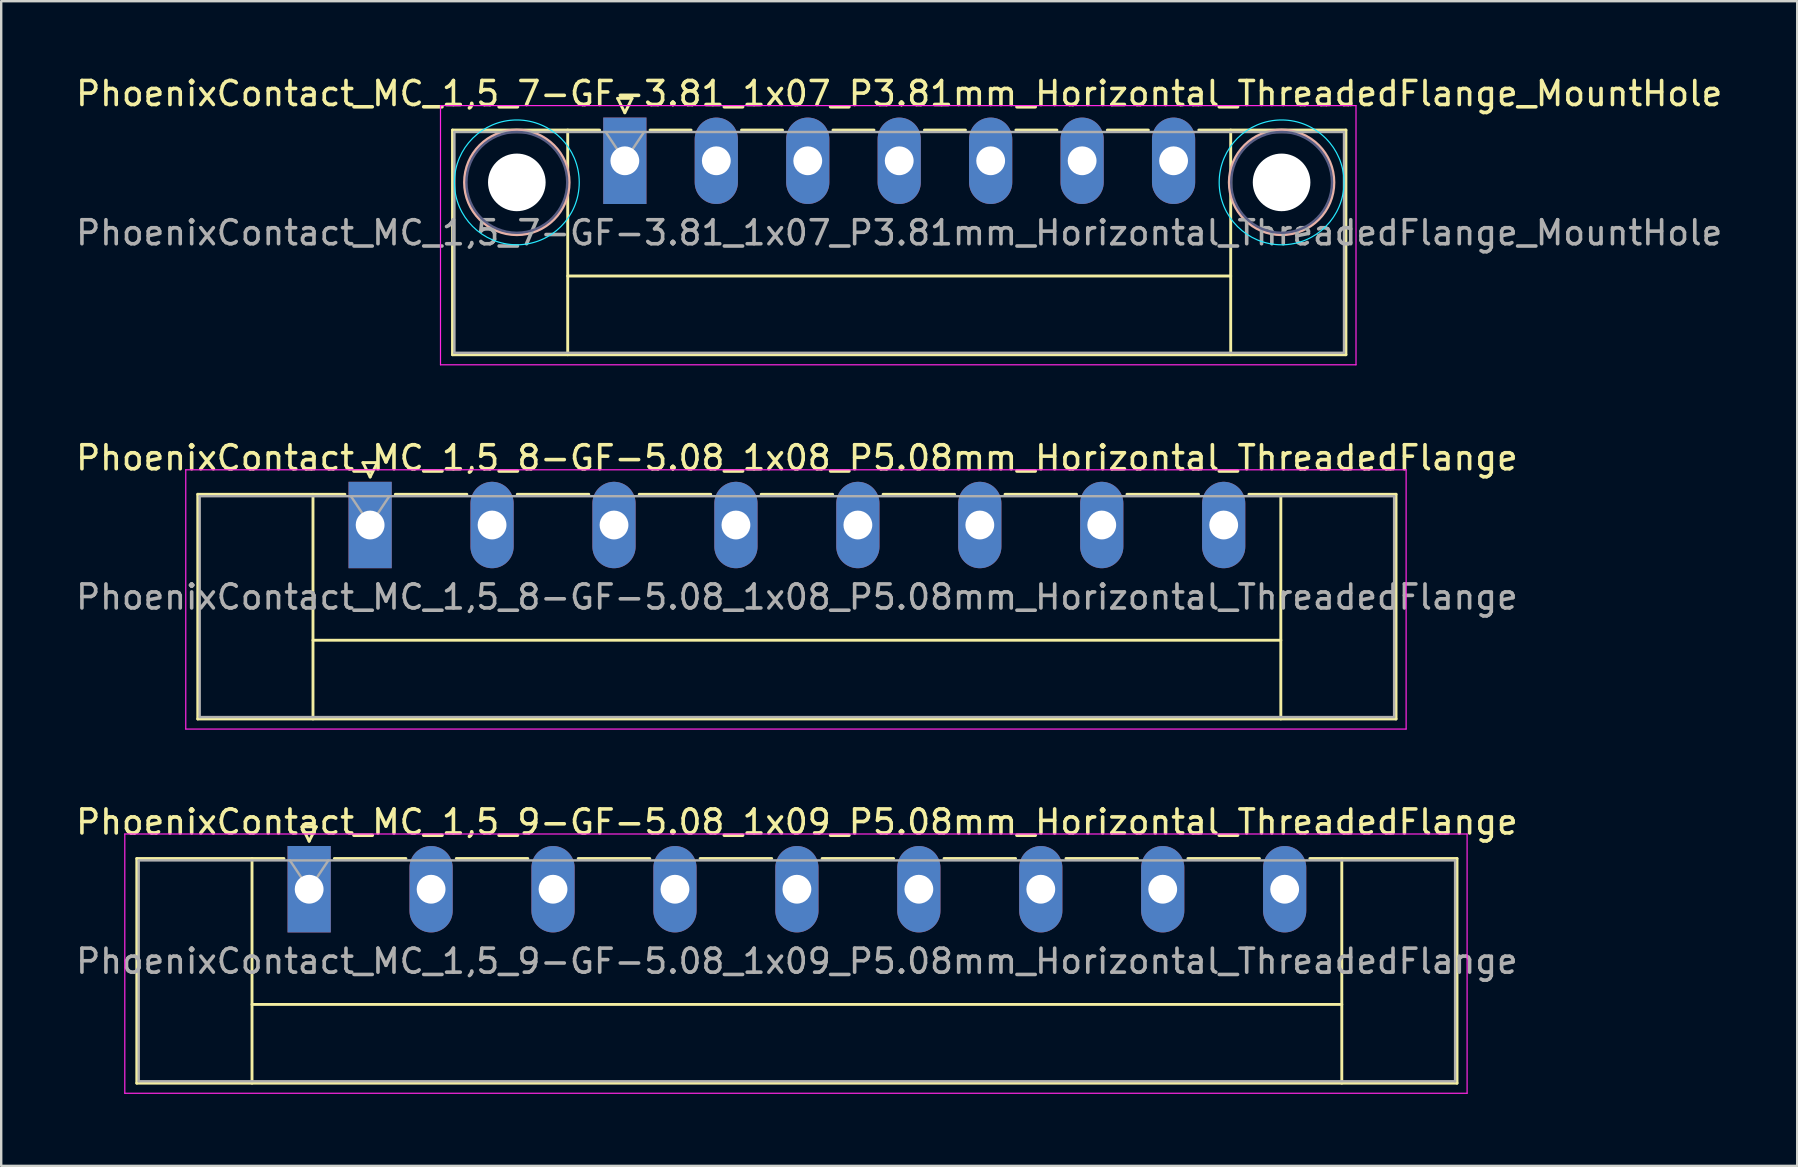
<source format=kicad_pcb>
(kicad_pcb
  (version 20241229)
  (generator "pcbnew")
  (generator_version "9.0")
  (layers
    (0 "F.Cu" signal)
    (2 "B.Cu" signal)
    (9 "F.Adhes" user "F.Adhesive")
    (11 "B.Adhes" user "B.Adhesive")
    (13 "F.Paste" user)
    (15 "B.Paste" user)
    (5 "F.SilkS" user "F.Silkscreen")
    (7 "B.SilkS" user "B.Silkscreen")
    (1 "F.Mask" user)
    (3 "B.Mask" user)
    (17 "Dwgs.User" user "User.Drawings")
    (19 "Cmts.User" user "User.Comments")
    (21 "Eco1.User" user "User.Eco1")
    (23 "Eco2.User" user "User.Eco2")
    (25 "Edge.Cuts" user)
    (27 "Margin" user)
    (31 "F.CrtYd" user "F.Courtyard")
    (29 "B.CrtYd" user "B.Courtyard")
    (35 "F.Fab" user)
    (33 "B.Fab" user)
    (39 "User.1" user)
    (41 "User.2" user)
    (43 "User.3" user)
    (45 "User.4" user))
  (footprint "PhoenixContact_MC_1,5_9-GF-5.08_1x09_P5.08mm_Horizontal_ThreadedFlange"
    (layer "F.Cu")
    (at 9.829 33.995)
    (property "Reference" "PhoenixContact_MC_1,5_9-GF-5.08_1x09_P5.08mm_Horizontal_ThreadedFlange" (at 20.32 -2.8 0) (layer "F.SilkS") (effects (font (size 1 1) (thickness 0.15))))
    (attr through_hole)
    (fp_line (start -7.18 -1.28) (end -7.18 8.08) (stroke (width 0.12) (type solid)) (layer "F.SilkS"))
    (fp_line (start -7.18 -1.28) (end -1.05 -1.28) (stroke (width 0.12) (type solid)) (layer "F.SilkS"))
    (fp_line (start -7.18 8.08) (end 47.82 8.08) (stroke (width 0.12) (type solid)) (layer "F.SilkS"))
    (fp_line (start -2.38 -1.28) (end -2.38 8.08) (stroke (width 0.12) (type solid)) (layer "F.SilkS"))
    (fp_line (start -2.38 4.8) (end 43.02 4.8) (stroke (width 0.12) (type solid)) (layer "F.SilkS"))
    (fp_line (start -0.3 -2.6) (end 0.3 -2.6) (stroke (width 0.12) (type solid)) (layer "F.SilkS"))
    (fp_line (start 0 -2) (end -0.3 -2.6) (stroke (width 0.12) (type solid)) (layer "F.SilkS"))
    (fp_line (start 0.3 -2.6) (end 0 -2) (stroke (width 0.12) (type solid)) (layer "F.SilkS"))
    (fp_line (start 1.05 -1.28) (end 4.03 -1.28) (stroke (width 0.12) (type solid)) (layer "F.SilkS"))
    (fp_line (start 6.13 -1.28) (end 9.11 -1.28) (stroke (width 0.12) (type solid)) (layer "F.SilkS"))
    (fp_line (start 11.21 -1.28) (end 14.19 -1.28) (stroke (width 0.12) (type solid)) (layer "F.SilkS"))
    (fp_line (start 16.29 -1.28) (end 19.27 -1.28) (stroke (width 0.12) (type solid)) (layer "F.SilkS"))
    (fp_line (start 21.37 -1.28) (end 24.35 -1.28) (stroke (width 0.12) (type solid)) (layer "F.SilkS"))
    (fp_line (start 26.45 -1.28) (end 29.43 -1.28) (stroke (width 0.12) (type solid)) (layer "F.SilkS"))
    (fp_line (start 31.53 -1.28) (end 34.51 -1.28) (stroke (width 0.12) (type solid)) (layer "F.SilkS"))
    (fp_line (start 36.61 -1.28) (end 39.59 -1.28) (stroke (width 0.12) (type solid)) (layer "F.SilkS"))
    (fp_line (start 43.02 -1.28) (end 43.02 8.08) (stroke (width 0.12) (type solid)) (layer "F.SilkS"))
    (fp_line (start 47.82 -1.28) (end 41.69 -1.28) (stroke (width 0.12) (type solid)) (layer "F.SilkS"))
    (fp_line (start 47.82 8.08) (end 47.82 -1.28) (stroke (width 0.12) (type solid)) (layer "F.SilkS"))
    (fp_line (start -7.68 -2.3) (end -7.68 8.5) (stroke (width 0.05) (type solid)) (layer "F.CrtYd"))
    (fp_line (start -7.68 8.5) (end 48.24 8.5) (stroke (width 0.05) (type solid)) (layer "F.CrtYd"))
    (fp_line (start 48.24 -2.3) (end -7.68 -2.3) (stroke (width 0.05) (type solid)) (layer "F.CrtYd"))
    (fp_line (start 48.24 8.5) (end 48.24 -2.3) (stroke (width 0.05) (type solid)) (layer "F.CrtYd"))
    (fp_line (start -7.1 -1.2) (end -7.1 8) (stroke (width 0.1) (type solid)) (layer "F.Fab"))
    (fp_line (start -7.1 8) (end 47.74 8) (stroke (width 0.1) (type solid)) (layer "F.Fab"))
    (fp_line (start 0 0) (end -0.8 -1.2) (stroke (width 0.1) (type solid)) (layer "F.Fab"))
    (fp_line (start 0.8 -1.2) (end 0 0) (stroke (width 0.1) (type solid)) (layer "F.Fab"))
    (fp_line (start 47.74 -1.2) (end -7.1 -1.2) (stroke (width 0.1) (type solid)) (layer "F.Fab"))
    (fp_line (start 47.74 8) (end 47.74 -1.2) (stroke (width 0.1) (type solid)) (layer "F.Fab"))
    (fp_text user "${REFERENCE}" (at 20.32 3 0) (layer "F.Fab") (effects (font (size 1 1) (thickness 0.15))))
    (pad "1" thru_hole rect (at 0 0) (size 1.8 3.6) (drill 1.2) (layers "*.Cu" "*.Mask"))
    (pad "2" thru_hole oval (at 5.08 0) (size 1.8 3.6) (drill 1.2) (layers "*.Cu" "*.Mask"))
    (pad "3" thru_hole oval (at 10.16 0) (size 1.8 3.6) (drill 1.2) (layers "*.Cu" "*.Mask"))
    (pad "4" thru_hole oval (at 15.24 0) (size 1.8 3.6) (drill 1.2) (layers "*.Cu" "*.Mask"))
    (pad "5" thru_hole oval (at 20.32 0) (size 1.8 3.6) (drill 1.2) (layers "*.Cu" "*.Mask"))
    (pad "6" thru_hole oval (at 25.4 0) (size 1.8 3.6) (drill 1.2) (layers "*.Cu" "*.Mask"))
    (pad "7" thru_hole oval (at 30.48 0) (size 1.8 3.6) (drill 1.2) (layers "*.Cu" "*.Mask"))
    (pad "8" thru_hole oval (at 35.56 0) (size 1.8 3.6) (drill 1.2) (layers "*.Cu" "*.Mask"))
    (pad "9" thru_hole oval (at 40.64 0) (size 1.8 3.6) (drill 1.2) (layers "*.Cu" "*.Mask")))
  (footprint "PhoenixContact_MC_1,5_8-GF-5.08_1x08_P5.08mm_Horizontal_ThreadedFlange"
    (layer "F.Cu")
    (at 12.369 18.822)
    (property "Reference" "PhoenixContact_MC_1,5_8-GF-5.08_1x08_P5.08mm_Horizontal_ThreadedFlange" (at 17.78 -2.8 0) (layer "F.SilkS") (effects (font (size 1 1) (thickness 0.15))))
    (attr through_hole)
    (fp_line (start -7.18 -1.28) (end -7.18 8.08) (stroke (width 0.12) (type solid)) (layer "F.SilkS"))
    (fp_line (start -7.18 -1.28) (end -1.05 -1.28) (stroke (width 0.12) (type solid)) (layer "F.SilkS"))
    (fp_line (start -7.18 8.08) (end 42.74 8.08) (stroke (width 0.12) (type solid)) (layer "F.SilkS"))
    (fp_line (start -2.38 -1.28) (end -2.38 8.08) (stroke (width 0.12) (type solid)) (layer "F.SilkS"))
    (fp_line (start -2.38 4.8) (end 37.94 4.8) (stroke (width 0.12) (type solid)) (layer "F.SilkS"))
    (fp_line (start -0.3 -2.6) (end 0.3 -2.6) (stroke (width 0.12) (type solid)) (layer "F.SilkS"))
    (fp_line (start 0 -2) (end -0.3 -2.6) (stroke (width 0.12) (type solid)) (layer "F.SilkS"))
    (fp_line (start 0.3 -2.6) (end 0 -2) (stroke (width 0.12) (type solid)) (layer "F.SilkS"))
    (fp_line (start 1.05 -1.28) (end 4.03 -1.28) (stroke (width 0.12) (type solid)) (layer "F.SilkS"))
    (fp_line (start 6.13 -1.28) (end 9.11 -1.28) (stroke (width 0.12) (type solid)) (layer "F.SilkS"))
    (fp_line (start 11.21 -1.28) (end 14.19 -1.28) (stroke (width 0.12) (type solid)) (layer "F.SilkS"))
    (fp_line (start 16.29 -1.28) (end 19.27 -1.28) (stroke (width 0.12) (type solid)) (layer "F.SilkS"))
    (fp_line (start 21.37 -1.28) (end 24.35 -1.28) (stroke (width 0.12) (type solid)) (layer "F.SilkS"))
    (fp_line (start 26.45 -1.28) (end 29.43 -1.28) (stroke (width 0.12) (type solid)) (layer "F.SilkS"))
    (fp_line (start 31.53 -1.28) (end 34.51 -1.28) (stroke (width 0.12) (type solid)) (layer "F.SilkS"))
    (fp_line (start 37.94 -1.28) (end 37.94 8.08) (stroke (width 0.12) (type solid)) (layer "F.SilkS"))
    (fp_line (start 42.74 -1.28) (end 36.61 -1.28) (stroke (width 0.12) (type solid)) (layer "F.SilkS"))
    (fp_line (start 42.74 8.08) (end 42.74 -1.28) (stroke (width 0.12) (type solid)) (layer "F.SilkS"))
    (fp_line (start -7.68 -2.3) (end -7.68 8.5) (stroke (width 0.05) (type solid)) (layer "F.CrtYd"))
    (fp_line (start -7.68 8.5) (end 43.16 8.5) (stroke (width 0.05) (type solid)) (layer "F.CrtYd"))
    (fp_line (start 43.16 -2.3) (end -7.68 -2.3) (stroke (width 0.05) (type solid)) (layer "F.CrtYd"))
    (fp_line (start 43.16 8.5) (end 43.16 -2.3) (stroke (width 0.05) (type solid)) (layer "F.CrtYd"))
    (fp_line (start -7.1 -1.2) (end -7.1 8) (stroke (width 0.1) (type solid)) (layer "F.Fab"))
    (fp_line (start -7.1 8) (end 42.66 8) (stroke (width 0.1) (type solid)) (layer "F.Fab"))
    (fp_line (start 0 0) (end -0.8 -1.2) (stroke (width 0.1) (type solid)) (layer "F.Fab"))
    (fp_line (start 0.8 -1.2) (end 0 0) (stroke (width 0.1) (type solid)) (layer "F.Fab"))
    (fp_line (start 42.66 -1.2) (end -7.1 -1.2) (stroke (width 0.1) (type solid)) (layer "F.Fab"))
    (fp_line (start 42.66 8) (end 42.66 -1.2) (stroke (width 0.1) (type solid)) (layer "F.Fab"))
    (fp_text user "${REFERENCE}" (at 17.78 3 0) (layer "F.Fab") (effects (font (size 1 1) (thickness 0.15))))
    (pad "1" thru_hole rect (at 0 0) (size 1.8 3.6) (drill 1.2) (layers "*.Cu" "*.Mask"))
    (pad "2" thru_hole oval (at 5.08 0) (size 1.8 3.6) (drill 1.2) (layers "*.Cu" "*.Mask"))
    (pad "3" thru_hole oval (at 10.16 0) (size 1.8 3.6) (drill 1.2) (layers "*.Cu" "*.Mask"))
    (pad "4" thru_hole oval (at 15.24 0) (size 1.8 3.6) (drill 1.2) (layers "*.Cu" "*.Mask"))
    (pad "5" thru_hole oval (at 20.32 0) (size 1.8 3.6) (drill 1.2) (layers "*.Cu" "*.Mask"))
    (pad "6" thru_hole oval (at 25.4 0) (size 1.8 3.6) (drill 1.2) (layers "*.Cu" "*.Mask"))
    (pad "7" thru_hole oval (at 30.48 0) (size 1.8 3.6) (drill 1.2) (layers "*.Cu" "*.Mask"))
    (pad "8" thru_hole oval (at 35.56 0) (size 1.8 3.6) (drill 1.2) (layers "*.Cu" "*.Mask")))
  (footprint "PhoenixContact_MC_1,5_7-GF-3.81_1x07_P3.81mm_Horizontal_ThreadedFlange_MountHole"
    (layer "F.Cu")
    (at 22.981 3.648)
    (property "Reference" "PhoenixContact_MC_1,5_7-GF-3.81_1x07_P3.81mm_Horizontal_ThreadedFlange_MountHole" (at 11.43 -2.8 0) (layer "F.SilkS") (effects (font (size 1 1) (thickness 0.15))))
    (attr through_hole)
    (fp_line (start -7.18 -1.28) (end -7.18 8.08) (stroke (width 0.12) (type solid)) (layer "F.SilkS"))
    (fp_line (start -7.18 -1.28) (end -1.05 -1.28) (stroke (width 0.12) (type solid)) (layer "F.SilkS"))
    (fp_line (start -7.18 8.08) (end 30.04 8.08) (stroke (width 0.12) (type solid)) (layer "F.SilkS"))
    (fp_line (start -2.38 -1.28) (end -2.38 8.08) (stroke (width 0.12) (type solid)) (layer "F.SilkS"))
    (fp_line (start -2.38 4.8) (end 25.24 4.8) (stroke (width 0.12) (type solid)) (layer "F.SilkS"))
    (fp_line (start -0.3 -2.6) (end 0.3 -2.6) (stroke (width 0.12) (type solid)) (layer "F.SilkS"))
    (fp_line (start 0 -2) (end -0.3 -2.6) (stroke (width 0.12) (type solid)) (layer "F.SilkS"))
    (fp_line (start 0.3 -2.6) (end 0 -2) (stroke (width 0.12) (type solid)) (layer "F.SilkS"))
    (fp_line (start 1.05 -1.28) (end 2.76 -1.28) (stroke (width 0.12) (type solid)) (layer "F.SilkS"))
    (fp_line (start 4.86 -1.28) (end 6.57 -1.28) (stroke (width 0.12) (type solid)) (layer "F.SilkS"))
    (fp_line (start 8.67 -1.28) (end 10.38 -1.28) (stroke (width 0.12) (type solid)) (layer "F.SilkS"))
    (fp_line (start 12.48 -1.28) (end 14.19 -1.28) (stroke (width 0.12) (type solid)) (layer "F.SilkS"))
    (fp_line (start 16.29 -1.28) (end 18 -1.28) (stroke (width 0.12) (type solid)) (layer "F.SilkS"))
    (fp_line (start 20.1 -1.28) (end 21.81 -1.28) (stroke (width 0.12) (type solid)) (layer "F.SilkS"))
    (fp_line (start 25.24 -1.28) (end 25.24 8.08) (stroke (width 0.12) (type solid)) (layer "F.SilkS"))
    (fp_line (start 30.04 -1.28) (end 23.91 -1.28) (stroke (width 0.12) (type solid)) (layer "F.SilkS"))
    (fp_line (start 30.04 8.08) (end 30.04 -1.28) (stroke (width 0.12) (type solid)) (layer "F.SilkS"))
    (fp_circle (center -4.5 0.9) (end -2.32 0.9) (stroke (width 0.12) (type solid)) (fill no) (layer "B.SilkS"))
    (fp_circle (center 27.36 0.9) (end 29.54 0.9) (stroke (width 0.12) (type solid)) (fill no) (layer "B.SilkS"))
    (fp_circle (center -4.5 0.9) (end -1.9 0.9) (stroke (width 0.05) (type solid)) (fill no) (layer "B.CrtYd"))
    (fp_circle (center 27.36 0.9) (end 29.96 0.9) (stroke (width 0.05) (type solid)) (fill no) (layer "B.CrtYd"))
    (fp_line (start -7.68 -2.3) (end -7.68 8.5) (stroke (width 0.05) (type solid)) (layer "F.CrtYd"))
    (fp_line (start -7.68 8.5) (end 30.46 8.5) (stroke (width 0.05) (type solid)) (layer "F.CrtYd"))
    (fp_line (start 30.46 -2.3) (end -7.68 -2.3) (stroke (width 0.05) (type solid)) (layer "F.CrtYd"))
    (fp_line (start 30.46 8.5) (end 30.46 -2.3) (stroke (width 0.05) (type solid)) (layer "F.CrtYd"))
    (fp_circle (center -4.5 0.9) (end -2.4 0.9) (stroke (width 0.1) (type solid)) (fill no) (layer "B.Fab"))
    (fp_circle (center 27.36 0.9) (end 29.46 0.9) (stroke (width 0.1) (type solid)) (fill no) (layer "B.Fab"))
    (fp_line (start -7.1 -1.2) (end -7.1 8) (stroke (width 0.1) (type solid)) (layer "F.Fab"))
    (fp_line (start -7.1 8) (end 29.96 8) (stroke (width 0.1) (type solid)) (layer "F.Fab"))
    (fp_line (start 0 0) (end -0.8 -1.2) (stroke (width 0.1) (type solid)) (layer "F.Fab"))
    (fp_line (start 0.8 -1.2) (end 0 0) (stroke (width 0.1) (type solid)) (layer "F.Fab"))
    (fp_line (start 29.96 -1.2) (end -7.1 -1.2) (stroke (width 0.1) (type solid)) (layer "F.Fab"))
    (fp_line (start 29.96 8) (end 29.96 -1.2) (stroke (width 0.1) (type solid)) (layer "F.Fab"))
    (fp_text user "${REFERENCE}" (at 11.43 3 0) (layer "F.Fab") (effects (font (size 1 1) (thickness 0.15))))
    (pad "" np_thru_hole circle (at -4.5 0.9) (size 2.4 2.4) (drill 2.4) (layers "*.Cu" "*.Mask"))
    (pad "" np_thru_hole circle (at 27.36 0.9) (size 2.4 2.4) (drill 2.4) (layers "*.Cu" "*.Mask"))
    (pad "1" thru_hole rect (at 0 0) (size 1.8 3.6) (drill 1.2) (layers "*.Cu" "*.Mask"))
    (pad "2" thru_hole oval (at 3.81 0) (size 1.8 3.6) (drill 1.2) (layers "*.Cu" "*.Mask"))
    (pad "3" thru_hole oval (at 7.62 0) (size 1.8 3.6) (drill 1.2) (layers "*.Cu" "*.Mask"))
    (pad "4" thru_hole oval (at 11.43 0) (size 1.8 3.6) (drill 1.2) (layers "*.Cu" "*.Mask"))
    (pad "5" thru_hole oval (at 15.24 0) (size 1.8 3.6) (drill 1.2) (layers "*.Cu" "*.Mask"))
    (pad "6" thru_hole oval (at 19.05 0) (size 1.8 3.6) (drill 1.2) (layers "*.Cu" "*.Mask"))
    (pad "7" thru_hole oval (at 22.86 0) (size 1.8 3.6) (drill 1.2) (layers "*.Cu" "*.Mask")))
  (gr_rect
    (start -3 -3)
    (end 71.821 45.52)
    (stroke (width 0.1) (type default))
    (fill no)
    (layer "Edge.Cuts")))
</source>
